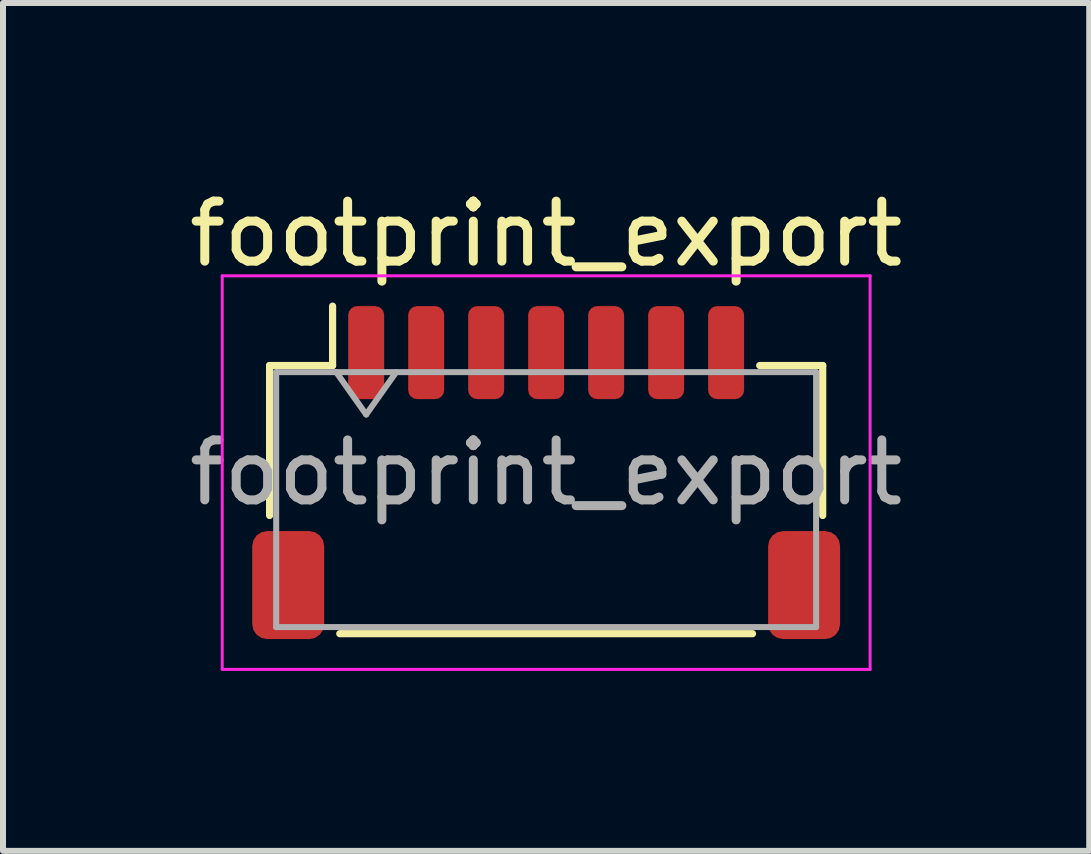
<source format=kicad_pcb>
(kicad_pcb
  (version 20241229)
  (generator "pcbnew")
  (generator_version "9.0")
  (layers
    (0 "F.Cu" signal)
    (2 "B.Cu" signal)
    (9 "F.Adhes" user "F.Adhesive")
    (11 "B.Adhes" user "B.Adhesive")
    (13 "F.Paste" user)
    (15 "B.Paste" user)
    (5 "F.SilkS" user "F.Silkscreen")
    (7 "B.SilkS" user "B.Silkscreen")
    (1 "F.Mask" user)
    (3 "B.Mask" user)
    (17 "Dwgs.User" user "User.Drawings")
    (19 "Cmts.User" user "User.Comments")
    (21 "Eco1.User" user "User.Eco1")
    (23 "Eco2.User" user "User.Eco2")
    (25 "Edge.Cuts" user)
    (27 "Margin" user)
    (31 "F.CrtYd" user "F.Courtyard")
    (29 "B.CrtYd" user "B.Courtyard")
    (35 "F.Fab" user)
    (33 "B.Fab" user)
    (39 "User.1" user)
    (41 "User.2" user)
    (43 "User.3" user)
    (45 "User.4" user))
  (footprint "footprint_export"
    (layer "F.Cu")
    (at 6.054 4.828)
    (property "Reference" "footprint_export" (at 0 -3.98 0) (layer "F.SilkS") (effects (font (size 1 1) (thickness 0.15))))
    (attr smd)
    (fp_line (start -4.61 -1.785) (end -3.56 -1.785) (stroke (width 0.12) (type solid)) (layer "F.SilkS"))
    (fp_line (start -4.61 0.715) (end -4.61 -1.785) (stroke (width 0.12) (type solid)) (layer "F.SilkS"))
    (fp_line (start -3.56 -1.785) (end -3.56 -2.775) (stroke (width 0.12) (type solid)) (layer "F.SilkS"))
    (fp_line (start -3.44 2.685) (end 3.44 2.685) (stroke (width 0.12) (type solid)) (layer "F.SilkS"))
    (fp_line (start 4.61 -1.785) (end 3.56 -1.785) (stroke (width 0.12) (type solid)) (layer "F.SilkS"))
    (fp_line (start 4.61 0.715) (end 4.61 -1.785) (stroke (width 0.12) (type solid)) (layer "F.SilkS"))
    (fp_line (start -5.4 -3.28) (end -5.4 3.28) (stroke (width 0.05) (type solid)) (layer "F.CrtYd"))
    (fp_line (start -5.4 3.28) (end 5.4 3.28) (stroke (width 0.05) (type solid)) (layer "F.CrtYd"))
    (fp_line (start 5.4 -3.28) (end -5.4 -3.28) (stroke (width 0.05) (type solid)) (layer "F.CrtYd"))
    (fp_line (start 5.4 3.28) (end 5.4 -3.28) (stroke (width 0.05) (type solid)) (layer "F.CrtYd"))
    (fp_line (start -4.5 -1.675) (end -4.5 2.575) (stroke (width 0.1) (type solid)) (layer "F.Fab"))
    (fp_line (start -4.5 -1.675) (end 4.5 -1.675) (stroke (width 0.1) (type solid)) (layer "F.Fab"))
    (fp_line (start -4.5 2.575) (end 4.5 2.575) (stroke (width 0.1) (type solid)) (layer "F.Fab"))
    (fp_line (start -3.5 -1.675) (end -3 -0.968) (stroke (width 0.1) (type solid)) (layer "F.Fab"))
    (fp_line (start -3 -0.968) (end -2.5 -1.675) (stroke (width 0.1) (type solid)) (layer "F.Fab"))
    (fp_line (start 4.5 -1.675) (end 4.5 2.575) (stroke (width 0.1) (type solid)) (layer "F.Fab"))
    (fp_text user "${REFERENCE}" (at 0 0 0) (layer "F.Fab") (effects (font (size 1 1) (thickness 0.15))))
    (pad "1" smd roundrect (at -3 -2) (size 0.6 1.55) (layers "F.Cu" "F.Mask" "F.Paste") (roundrect_rratio 0.25))
    (pad "2" smd roundrect (at -2 -2) (size 0.6 1.55) (layers "F.Cu" "F.Mask" "F.Paste") (roundrect_rratio 0.25))
    (pad "3" smd roundrect (at -1 -2) (size 0.6 1.55) (layers "F.Cu" "F.Mask" "F.Paste") (roundrect_rratio 0.25))
    (pad "4" smd roundrect (at 0 -2) (size 0.6 1.55) (layers "F.Cu" "F.Mask" "F.Paste") (roundrect_rratio 0.25))
    (pad "5" smd roundrect (at 1 -2) (size 0.6 1.55) (layers "F.Cu" "F.Mask" "F.Paste") (roundrect_rratio 0.25))
    (pad "6" smd roundrect (at 2 -2) (size 0.6 1.55) (layers "F.Cu" "F.Mask" "F.Paste") (roundrect_rratio 0.25))
    (pad "7" smd roundrect (at 3 -2) (size 0.6 1.55) (layers "F.Cu" "F.Mask" "F.Paste") (roundrect_rratio 0.25))
    (pad "MP" smd roundrect (at -4.3 1.875) (size 1.2 1.8) (layers "F.Cu" "F.Mask" "F.Paste") (roundrect_rratio 0.208))
    (pad "MP" smd roundrect (at 4.3 1.875) (size 1.2 1.8) (layers "F.Cu" "F.Mask" "F.Paste") (roundrect_rratio 0.208)))
  (gr_rect
    (start -3 -3)
    (end 15.107 11.133)
    (stroke (width 0.1) (type default))
    (fill no)
    (layer "Edge.Cuts")))
</source>
